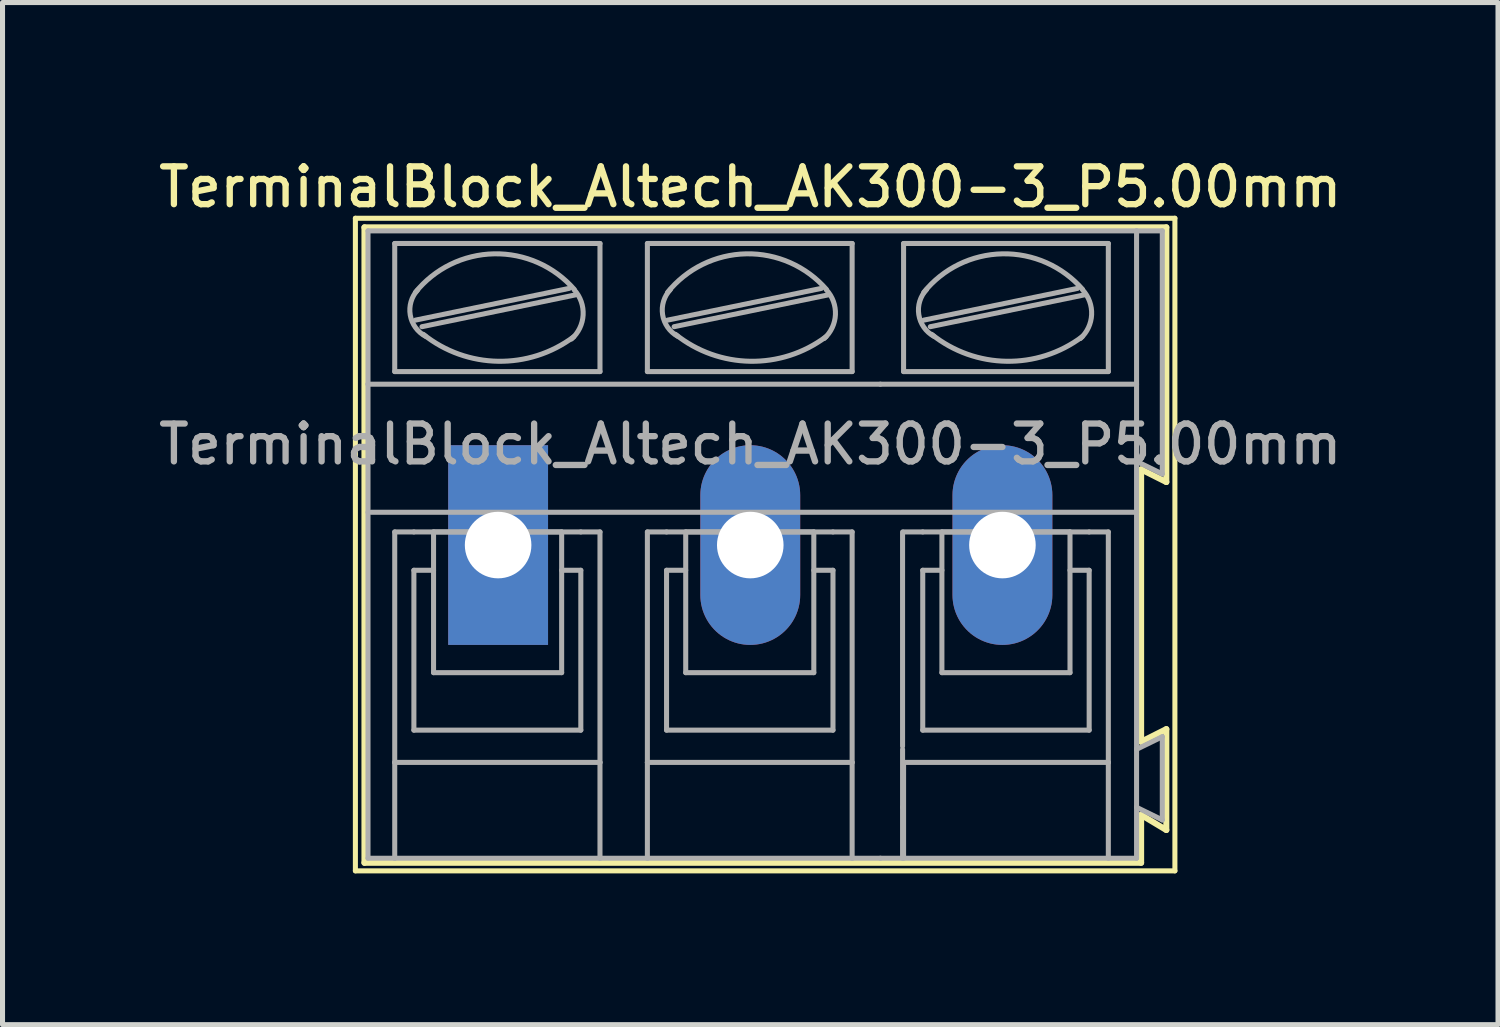
<source format=kicad_pcb>
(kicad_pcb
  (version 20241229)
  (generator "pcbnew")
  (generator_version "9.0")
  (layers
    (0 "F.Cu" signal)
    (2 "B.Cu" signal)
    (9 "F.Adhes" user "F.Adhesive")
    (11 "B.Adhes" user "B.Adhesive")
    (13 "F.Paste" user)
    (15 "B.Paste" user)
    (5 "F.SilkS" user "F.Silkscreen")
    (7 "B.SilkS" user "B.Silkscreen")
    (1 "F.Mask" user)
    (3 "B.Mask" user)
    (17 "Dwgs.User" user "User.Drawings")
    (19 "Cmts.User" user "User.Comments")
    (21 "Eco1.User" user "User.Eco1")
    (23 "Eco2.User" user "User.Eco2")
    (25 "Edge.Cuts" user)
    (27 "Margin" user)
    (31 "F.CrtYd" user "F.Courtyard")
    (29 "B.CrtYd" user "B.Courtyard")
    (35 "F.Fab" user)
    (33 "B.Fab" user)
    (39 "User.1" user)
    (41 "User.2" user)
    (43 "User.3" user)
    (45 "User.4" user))
  (footprint "TerminalBlock_Altech_AK300-3_P5.00mm"
    (layer "F.Cu")
    (at 6.827 7.758)
    (property "Reference" "TerminalBlock_Altech_AK300-3_P5.00mm" (at 5 -7.1 0) (layer "F.SilkS") (effects (font (size 0.75 0.75) (thickness 0.125))))
    (attr through_hole)
    (fp_line (start -2.83 -6.48) (end -2.83 6.46) (stroke (width 0.1) (type solid)) (layer "F.SilkS"))
    (fp_line (start -2.83 -6.48) (end 13.42 -6.48) (stroke (width 0.1) (type solid)) (layer "F.SilkS"))
    (fp_line (start -2.65 -6.3) (end -2.65 6.3) (stroke (width 0.12) (type solid)) (layer "F.SilkS"))
    (fp_line (start -2.65 6.3) (end 12.75 6.3) (stroke (width 0.12) (type solid)) (layer "F.SilkS"))
    (fp_line (start 12.75 -1.5) (end 13.25 -1.25) (stroke (width 0.12) (type solid)) (layer "F.SilkS"))
    (fp_line (start 12.75 3.9) (end 12.75 -1.5) (stroke (width 0.12) (type solid)) (layer "F.SilkS"))
    (fp_line (start 12.75 5.35) (end 13.25 5.65) (stroke (width 0.12) (type solid)) (layer "F.SilkS"))
    (fp_line (start 12.75 6.3) (end 12.75 5.35) (stroke (width 0.12) (type solid)) (layer "F.SilkS"))
    (fp_line (start 13.25 -6.3) (end -2.65 -6.3) (stroke (width 0.12) (type solid)) (layer "F.SilkS"))
    (fp_line (start 13.25 -1.25) (end 13.25 -6.3) (stroke (width 0.12) (type solid)) (layer "F.SilkS"))
    (fp_line (start 13.25 3.65) (end 12.75 3.9) (stroke (width 0.12) (type solid)) (layer "F.SilkS"))
    (fp_line (start 13.25 5.65) (end 13.25 3.65) (stroke (width 0.12) (type solid)) (layer "F.SilkS"))
    (fp_line (start 13.42 6.46) (end -2.83 6.46) (stroke (width 0.1) (type solid)) (layer "F.SilkS"))
    (fp_line (start 13.42 6.46) (end 13.42 -6.48) (stroke (width 0.1) (type solid)) (layer "F.SilkS"))
    (fp_line (start -2.58 -6.23) (end 12.66 -6.23) (stroke (width 0.1) (type solid)) (layer "F.Fab"))
    (fp_line (start -2.58 -3.19) (end -2.58 -6.23) (stroke (width 0.1) (type solid)) (layer "F.Fab"))
    (fp_line (start -2.58 -3.19) (end 7.58 -3.19) (stroke (width 0.1) (type solid)) (layer "F.Fab"))
    (fp_line (start -2.58 -0.65) (end -2.58 -3.19) (stroke (width 0.1) (type solid)) (layer "F.Fab"))
    (fp_line (start -2.58 6.21) (end -2.58 -0.65) (stroke (width 0.1) (type solid)) (layer "F.Fab"))
    (fp_line (start -2.58 6.21) (end -2.05 6.21) (stroke (width 0.1) (type solid)) (layer "F.Fab"))
    (fp_line (start -2.05 -3.44) (end -2.05 -5.98) (stroke (width 0.1) (type solid)) (layer "F.Fab"))
    (fp_line (start -2.05 -0.26) (end -2.05 4.31) (stroke (width 0.1) (type solid)) (layer "F.Fab"))
    (fp_line (start -2.05 -0.26) (end -1.67 -0.26) (stroke (width 0.1) (type solid)) (layer "F.Fab"))
    (fp_line (start -2.05 4.31) (end -2.05 6.21) (stroke (width 0.1) (type solid)) (layer "F.Fab"))
    (fp_line (start -2.05 6.21) (end 2.02 6.21) (stroke (width 0.1) (type solid)) (layer "F.Fab"))
    (fp_line (start -1.67 0.5) (end -1.28 0.5) (stroke (width 0.1) (type solid)) (layer "F.Fab"))
    (fp_line (start -1.67 3.67) (end -1.67 0.5) (stroke (width 0.1) (type solid)) (layer "F.Fab"))
    (fp_line (start -1.64 -4.46) (end 1.41 -5.09) (stroke (width 0.1) (type solid)) (layer "F.Fab"))
    (fp_line (start -1.51 -4.33) (end 1.53 -4.96) (stroke (width 0.1) (type solid)) (layer "F.Fab"))
    (fp_line (start -1.28 -0.26) (end 1.26 -0.26) (stroke (width 0.1) (type solid)) (layer "F.Fab"))
    (fp_line (start -1.28 2.53) (end -1.28 -0.26) (stroke (width 0.1) (type solid)) (layer "F.Fab"))
    (fp_line (start -1.28 2.53) (end 1.26 2.53) (stroke (width 0.1) (type solid)) (layer "F.Fab"))
    (fp_line (start 1.26 2.53) (end 1.26 -0.26) (stroke (width 0.1) (type solid)) (layer "F.Fab"))
    (fp_line (start 1.64 -0.26) (end -1.67 -0.26) (stroke (width 0.1) (type solid)) (layer "F.Fab"))
    (fp_line (start 1.64 0.5) (end 1.26 0.5) (stroke (width 0.1) (type solid)) (layer "F.Fab"))
    (fp_line (start 1.64 3.67) (end -1.67 3.67) (stroke (width 0.1) (type solid)) (layer "F.Fab"))
    (fp_line (start 1.64 3.67) (end 1.64 0.5) (stroke (width 0.1) (type solid)) (layer "F.Fab"))
    (fp_line (start 2.02 -5.98) (end -2.05 -5.98) (stroke (width 0.1) (type solid)) (layer "F.Fab"))
    (fp_line (start 2.02 -3.44) (end -2.05 -3.44) (stroke (width 0.1) (type solid)) (layer "F.Fab"))
    (fp_line (start 2.02 -3.44) (end 2.02 -5.98) (stroke (width 0.1) (type solid)) (layer "F.Fab"))
    (fp_line (start 2.02 -0.26) (end 1.64 -0.26) (stroke (width 0.1) (type solid)) (layer "F.Fab"))
    (fp_line (start 2.02 4.31) (end -2.05 4.31) (stroke (width 0.1) (type solid)) (layer "F.Fab"))
    (fp_line (start 2.02 4.31) (end 2.02 -0.26) (stroke (width 0.1) (type solid)) (layer "F.Fab"))
    (fp_line (start 2.02 6.21) (end 2.02 4.31) (stroke (width 0.1) (type solid)) (layer "F.Fab"))
    (fp_line (start 2.02 6.21) (end 2.96 6.21) (stroke (width 0.1) (type solid)) (layer "F.Fab"))
    (fp_line (start 2.96 -5.98) (end 7.02 -5.98) (stroke (width 0.1) (type solid)) (layer "F.Fab"))
    (fp_line (start 2.96 -3.44) (end 2.96 -5.98) (stroke (width 0.1) (type solid)) (layer "F.Fab"))
    (fp_line (start 2.96 -0.26) (end 3.34 -0.26) (stroke (width 0.1) (type solid)) (layer "F.Fab"))
    (fp_line (start 2.96 4.31) (end 2.96 -0.26) (stroke (width 0.1) (type solid)) (layer "F.Fab"))
    (fp_line (start 2.96 4.31) (end 7.02 4.31) (stroke (width 0.1) (type solid)) (layer "F.Fab"))
    (fp_line (start 2.96 6.21) (end 2.96 4.31) (stroke (width 0.1) (type solid)) (layer "F.Fab"))
    (fp_line (start 2.96 6.21) (end 7.02 6.21) (stroke (width 0.1) (type solid)) (layer "F.Fab"))
    (fp_line (start 3.34 -0.26) (end 6.64 -0.26) (stroke (width 0.1) (type solid)) (layer "F.Fab"))
    (fp_line (start 3.34 0.5) (end 3.72 0.5) (stroke (width 0.1) (type solid)) (layer "F.Fab"))
    (fp_line (start 3.34 3.67) (end 3.34 0.5) (stroke (width 0.1) (type solid)) (layer "F.Fab"))
    (fp_line (start 3.36 -4.46) (end 6.41 -5.09) (stroke (width 0.1) (type solid)) (layer "F.Fab"))
    (fp_line (start 3.49 -4.33) (end 6.54 -4.96) (stroke (width 0.1) (type solid)) (layer "F.Fab"))
    (fp_line (start 3.72 -0.26) (end 6.26 -0.26) (stroke (width 0.1) (type solid)) (layer "F.Fab"))
    (fp_line (start 3.72 2.53) (end 3.72 -0.26) (stroke (width 0.1) (type solid)) (layer "F.Fab"))
    (fp_line (start 3.72 2.53) (end 6.26 2.53) (stroke (width 0.1) (type solid)) (layer "F.Fab"))
    (fp_line (start 6.26 2.53) (end 6.26 -0.26) (stroke (width 0.1) (type solid)) (layer "F.Fab"))
    (fp_line (start 6.64 0.5) (end 6.26 0.5) (stroke (width 0.1) (type solid)) (layer "F.Fab"))
    (fp_line (start 6.64 3.67) (end 3.34 3.67) (stroke (width 0.1) (type solid)) (layer "F.Fab"))
    (fp_line (start 6.64 3.67) (end 6.64 0.5) (stroke (width 0.1) (type solid)) (layer "F.Fab"))
    (fp_line (start 7.02 -5.98) (end 7.02 -3.44) (stroke (width 0.1) (type solid)) (layer "F.Fab"))
    (fp_line (start 7.02 -3.44) (end 2.96 -3.44) (stroke (width 0.1) (type solid)) (layer "F.Fab"))
    (fp_line (start 7.02 -0.26) (end 6.64 -0.26) (stroke (width 0.1) (type solid)) (layer "F.Fab"))
    (fp_line (start 7.02 -0.26) (end 7.02 4.31) (stroke (width 0.1) (type solid)) (layer "F.Fab"))
    (fp_line (start 7.02 4.31) (end 7.02 6.21) (stroke (width 0.1) (type solid)) (layer "F.Fab"))
    (fp_line (start 7.02 6.21) (end 7.58 6.21) (stroke (width 0.1) (type solid)) (layer "F.Fab"))
    (fp_line (start 7.58 -3.19) (end 12.6 -3.19) (stroke (width 0.1) (type solid)) (layer "F.Fab"))
    (fp_line (start 8.02 3.99) (end 8.02 -0.26) (stroke (width 0.1) (type solid)) (layer "F.Fab"))
    (fp_line (start 8.02 4.05) (end 8.02 5.2) (stroke (width 0.1) (type solid)) (layer "F.Fab"))
    (fp_line (start 8.02 5.2) (end 8.02 6.21) (stroke (width 0.1) (type solid)) (layer "F.Fab"))
    (fp_line (start 8.04 -5.98) (end 12.1 -5.98) (stroke (width 0.1) (type solid)) (layer "F.Fab"))
    (fp_line (start 8.04 -3.44) (end 8.04 -5.98) (stroke (width 0.1) (type solid)) (layer "F.Fab"))
    (fp_line (start 8.04 -0.26) (end 8.42 -0.26) (stroke (width 0.1) (type solid)) (layer "F.Fab"))
    (fp_line (start 8.04 4.31) (end 12.1 4.31) (stroke (width 0.1) (type solid)) (layer "F.Fab"))
    (fp_line (start 8.04 6.21) (end 8.04 4.31) (stroke (width 0.1) (type solid)) (layer "F.Fab"))
    (fp_line (start 8.42 -0.26) (end 11.72 -0.26) (stroke (width 0.1) (type solid)) (layer "F.Fab"))
    (fp_line (start 8.42 0.5) (end 8.8 0.5) (stroke (width 0.1) (type solid)) (layer "F.Fab"))
    (fp_line (start 8.42 3.67) (end 8.42 0.5) (stroke (width 0.1) (type solid)) (layer "F.Fab"))
    (fp_line (start 8.44 -4.46) (end 11.49 -5.09) (stroke (width 0.1) (type solid)) (layer "F.Fab"))
    (fp_line (start 8.57 -4.33) (end 11.62 -4.96) (stroke (width 0.1) (type solid)) (layer "F.Fab"))
    (fp_line (start 8.8 -0.26) (end 11.34 -0.26) (stroke (width 0.1) (type solid)) (layer "F.Fab"))
    (fp_line (start 8.8 2.53) (end 8.8 -0.26) (stroke (width 0.1) (type solid)) (layer "F.Fab"))
    (fp_line (start 8.8 2.53) (end 11.34 2.53) (stroke (width 0.1) (type solid)) (layer "F.Fab"))
    (fp_line (start 11.34 2.53) (end 11.34 -0.26) (stroke (width 0.1) (type solid)) (layer "F.Fab"))
    (fp_line (start 11.72 0.5) (end 11.34 0.5) (stroke (width 0.1) (type solid)) (layer "F.Fab"))
    (fp_line (start 11.72 3.67) (end 8.42 3.67) (stroke (width 0.1) (type solid)) (layer "F.Fab"))
    (fp_line (start 11.72 3.67) (end 11.72 0.5) (stroke (width 0.1) (type solid)) (layer "F.Fab"))
    (fp_line (start 12.09 6.21) (end 7.58 6.21) (stroke (width 0.1) (type solid)) (layer "F.Fab"))
    (fp_line (start 12.1 -5.98) (end 12.1 -3.44) (stroke (width 0.1) (type solid)) (layer "F.Fab"))
    (fp_line (start 12.1 -3.44) (end 8.04 -3.44) (stroke (width 0.1) (type solid)) (layer "F.Fab"))
    (fp_line (start 12.1 -0.26) (end 11.72 -0.26) (stroke (width 0.1) (type solid)) (layer "F.Fab"))
    (fp_line (start 12.1 -0.26) (end 12.1 4.31) (stroke (width 0.1) (type solid)) (layer "F.Fab"))
    (fp_line (start 12.1 4.31) (end 12.1 6.21) (stroke (width 0.1) (type solid)) (layer "F.Fab"))
    (fp_line (start 12.1 6.21) (end 12.66 6.21) (stroke (width 0.1) (type solid)) (layer "F.Fab"))
    (fp_line (start 12.66 -6.23) (end 12.66 -3.19) (stroke (width 0.1) (type solid)) (layer "F.Fab"))
    (fp_line (start 12.66 -6.23) (end 13.17 -6.23) (stroke (width 0.1) (type solid)) (layer "F.Fab"))
    (fp_line (start 12.66 -3.19) (end 12.66 -1.66) (stroke (width 0.1) (type solid)) (layer "F.Fab"))
    (fp_line (start 12.66 -1.66) (end 12.66 -0.65) (stroke (width 0.1) (type solid)) (layer "F.Fab"))
    (fp_line (start 12.66 -0.65) (end -2.52 -0.65) (stroke (width 0.1) (type solid)) (layer "F.Fab"))
    (fp_line (start 12.66 -0.65) (end 12.66 4.05) (stroke (width 0.1) (type solid)) (layer "F.Fab"))
    (fp_line (start 12.66 4.05) (end 12.66 5.2) (stroke (width 0.1) (type solid)) (layer "F.Fab"))
    (fp_line (start 12.66 5.2) (end 12.66 6.21) (stroke (width 0.1) (type solid)) (layer "F.Fab"))
    (fp_line (start 13.17 -6.23) (end 13.17 -1.41) (stroke (width 0.1) (type solid)) (layer "F.Fab"))
    (fp_line (start 13.17 -1.41) (end 12.66 -1.66) (stroke (width 0.1) (type solid)) (layer "F.Fab"))
    (fp_line (start 13.17 3.8) (end 12.66 4.05) (stroke (width 0.1) (type solid)) (layer "F.Fab"))
    (fp_line (start 13.17 3.8) (end 13.17 5.45) (stroke (width 0.1) (type solid)) (layer "F.Fab"))
    (fp_line (start 13.17 5.45) (end 12.66 5.2) (stroke (width 0.1) (type solid)) (layer "F.Fab"))
    (fp_arc (start -1.64 -5.01) (mid -0.080263 -5.774867) (end 1.508239 -5.071686) (stroke (width 0.1) (type solid)) (layer "F.Fab"))
    (fp_arc (start -1.44 -4.14) (mid -1.742324 -4.561515) (end -1.595426 -5.059005) (stroke (width 0.1) (type solid)) (layer "F.Fab"))
    (fp_arc (start 1.5 -4.13) (mid 0.000583 -3.644318) (end -1.482333 -4.178263) (stroke (width 0.1) (type solid)) (layer "F.Fab"))
    (fp_arc (start 1.51 -5.06) (mid 1.685733 -4.561652) (end 1.455532 -4.086005) (stroke (width 0.1) (type solid)) (layer "F.Fab"))
    (fp_arc (start 3.36 -5.01) (mid 4.919737 -5.774867) (end 6.508239 -5.071686) (stroke (width 0.1) (type solid)) (layer "F.Fab"))
    (fp_arc (start 3.56 -4.14) (mid 3.261534 -4.569406) (end 3.417028 -5.068699) (stroke (width 0.1) (type solid)) (layer "F.Fab"))
    (fp_arc (start 6.5 -4.13) (mid 5.000583 -3.644318) (end 3.517667 -4.178263) (stroke (width 0.1) (type solid)) (layer "F.Fab"))
    (fp_arc (start 6.51 -5.06) (mid 6.688693 -4.568754) (end 6.465619 -4.096005) (stroke (width 0.1) (type solid)) (layer "F.Fab"))
    (fp_arc (start 8.44 -5.01) (mid 9.999737 -5.774867) (end 11.588239 -5.071686) (stroke (width 0.1) (type solid)) (layer "F.Fab"))
    (fp_arc (start 8.64 -4.14) (mid 8.341534 -4.569406) (end 8.497028 -5.068699) (stroke (width 0.1) (type solid)) (layer "F.Fab"))
    (fp_arc (start 11.58 -4.13) (mid 10.080583 -3.644318) (end 8.597667 -4.178263) (stroke (width 0.1) (type solid)) (layer "F.Fab"))
    (fp_arc (start 11.59 -5.06) (mid 11.768693 -4.568754) (end 11.545619 -4.096005) (stroke (width 0.1) (type solid)) (layer "F.Fab"))
    (fp_text user "${REFERENCE}" (at 5 -2 0) (layer "F.Fab") (effects (font (size 0.75 0.75) (thickness 0.125))))
    (pad "1" thru_hole rect (at 0 0) (size 1.98 3.96) (drill 1.32) (layers "*.Cu" "*.Mask"))
    (pad "2" thru_hole oval (at 5 0) (size 1.98 3.96) (drill 1.32) (layers "*.Cu" "*.Mask"))
    (pad "3" thru_hole oval (at 10 0) (size 1.98 3.96) (drill 1.32) (layers "*.Cu" "*.Mask")))
  (gr_rect
    (start -3 -3)
    (end 26.654 17.268)
    (stroke (width 0.1) (type default))
    (fill no)
    (layer "Edge.Cuts")))
</source>
